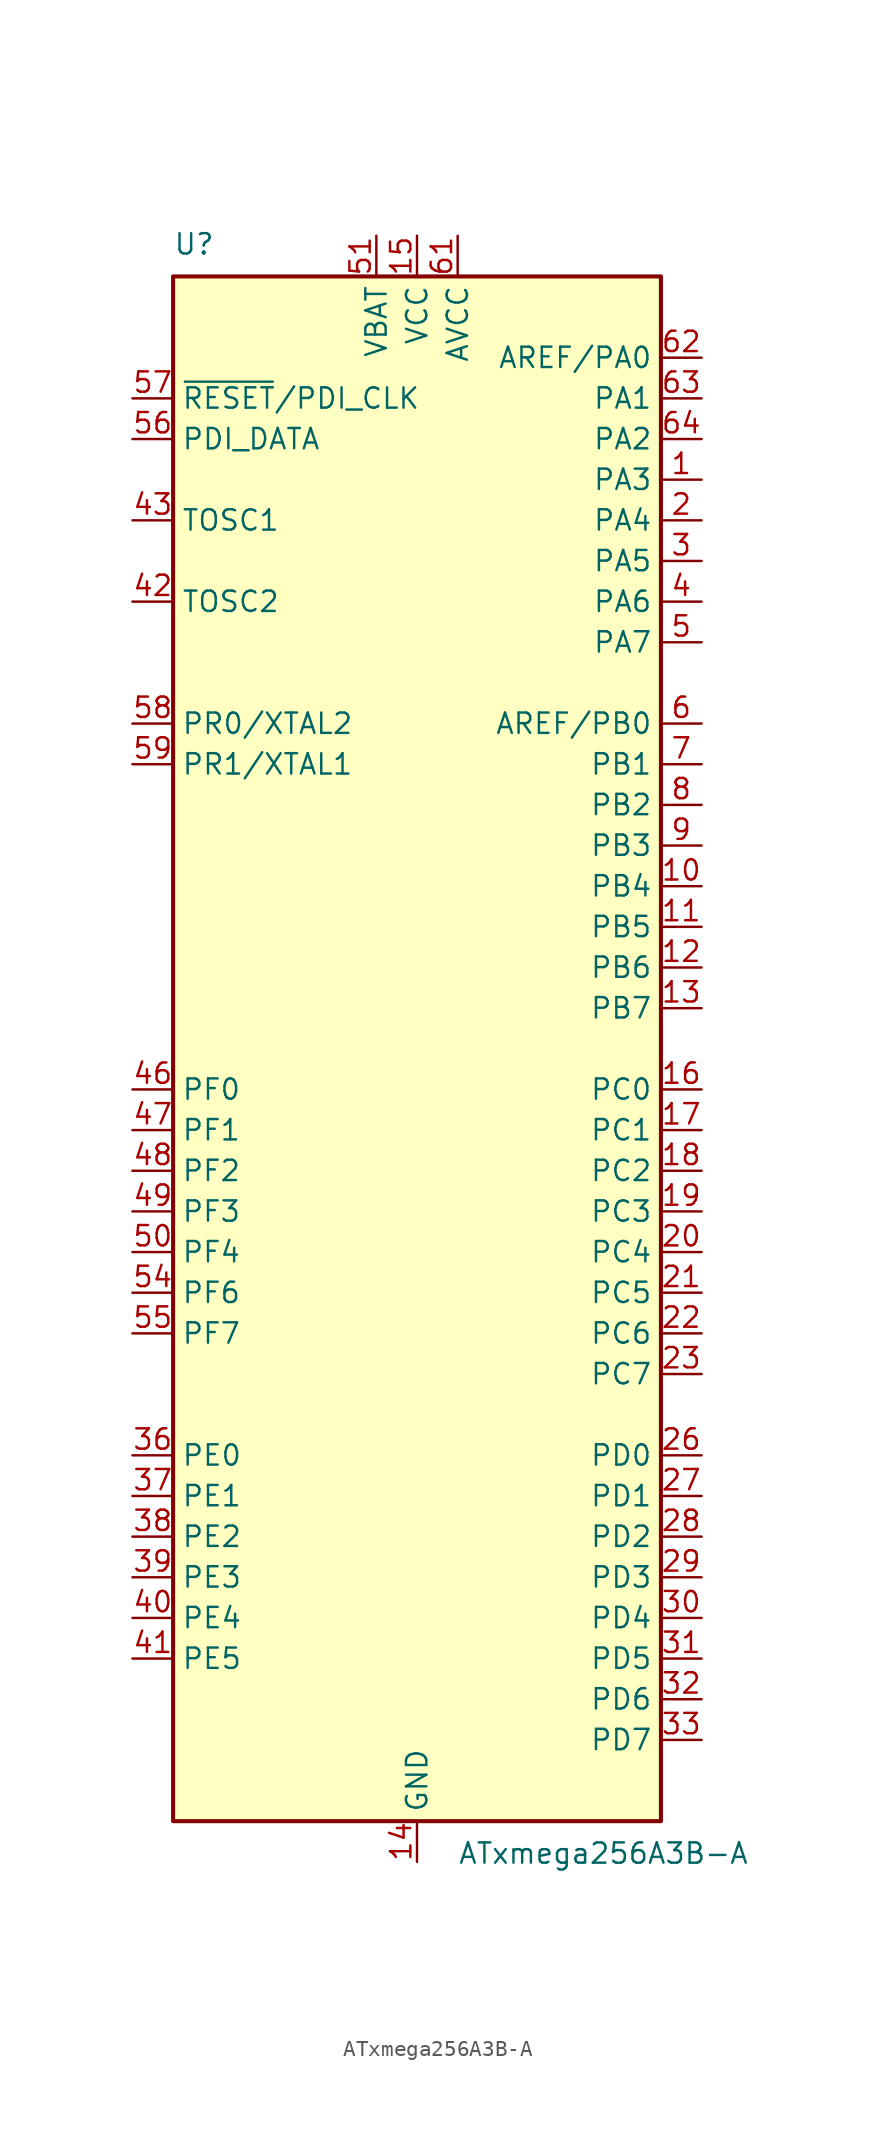
<source format=kicad_sym>
(kicad_symbol_lib
  (version 20211014)
  (generator kicad_symbol_editor)
  (symbol "ATxmega256A3B-A"
    (property "Reference" "U"
      (at -15.24 49.53 0)
      (effects (font (size 1.27 1.27)) (justify left bottom)))
    (property "Value" "ATxmega256A3B-A"
      (at 2.54 -49.53 0)
      (effects (font (size 1.27 1.27)) (justify left top)))
    (symbol "ATxmega256A3B-A_0_1"
      (rectangle (start -15.24 -48.26) (end 15.24 48.26) (stroke (width 0.254) (type default) (color 0 0 0 0)) (fill (type background))))
    (symbol "ATxmega256A3B-A_1_1"
      (pin bidirectional line (at 17.78 35.56 180) (length 2.54) (name "PA3" (effects (font (size 1.27 1.27)))) (number "1" (effects (font (size 1.27 1.27)))))
      (pin bidirectional line (at 17.78 10.16 180) (length 2.54) (name "PB4" (effects (font (size 1.27 1.27)))) (number "10" (effects (font (size 1.27 1.27)))))
      (pin bidirectional line (at 17.78 7.62 180) (length 2.54) (name "PB5" (effects (font (size 1.27 1.27)))) (number "11" (effects (font (size 1.27 1.27)))))
      (pin bidirectional line (at 17.78 5.08 180) (length 2.54) (name "PB6" (effects (font (size 1.27 1.27)))) (number "12" (effects (font (size 1.27 1.27)))))
      (pin bidirectional line (at 17.78 2.54 180) (length 2.54) (name "PB7" (effects (font (size 1.27 1.27)))) (number "13" (effects (font (size 1.27 1.27)))))
      (pin power_in line (at 0 -50.8 90) (length 2.54) (name "GND" (effects (font (size 1.27 1.27)))) (number "14" (effects (font (size 1.27 1.27)))))
      (pin power_in line (at 0 50.8 270) (length 2.54) (name "VCC" (effects (font (size 1.27 1.27)))) (number "15" (effects (font (size 1.27 1.27)))))
      (pin bidirectional line (at 17.78 -2.54 180) (length 2.54) (name "PC0" (effects (font (size 1.27 1.27)))) (number "16" (effects (font (size 1.27 1.27)))))
      (pin bidirectional line (at 17.78 -5.08 180) (length 2.54) (name "PC1" (effects (font (size 1.27 1.27)))) (number "17" (effects (font (size 1.27 1.27)))))
      (pin bidirectional line (at 17.78 -7.62 180) (length 2.54) (name "PC2" (effects (font (size 1.27 1.27)))) (number "18" (effects (font (size 1.27 1.27)))))
      (pin bidirectional line (at 17.78 -10.16 180) (length 2.54) (name "PC3" (effects (font (size 1.27 1.27)))) (number "19" (effects (font (size 1.27 1.27)))))
      (pin bidirectional line (at 17.78 33.02 180) (length 2.54) (name "PA4" (effects (font (size 1.27 1.27)))) (number "2" (effects (font (size 1.27 1.27)))))
      (pin bidirectional line (at 17.78 -12.7 180) (length 2.54) (name "PC4" (effects (font (size 1.27 1.27)))) (number "20" (effects (font (size 1.27 1.27)))))
      (pin bidirectional line (at 17.78 -15.24 180) (length 2.54) (name "PC5" (effects (font (size 1.27 1.27)))) (number "21" (effects (font (size 1.27 1.27)))))
      (pin bidirectional line (at 17.78 -17.78 180) (length 2.54) (name "PC6" (effects (font (size 1.27 1.27)))) (number "22" (effects (font (size 1.27 1.27)))))
      (pin bidirectional line (at 17.78 -20.32 180) (length 2.54) (name "PC7" (effects (font (size 1.27 1.27)))) (number "23" (effects (font (size 1.27 1.27)))))
      (pin passive line (at 0 -50.8 90) (length 2.54) hide (name "GND" (effects (font (size 1.27 1.27)))) (number "24" (effects (font (size 1.27 1.27)))))
      (pin passive line (at 0 50.8 270) (length 2.54) hide (name "VCC" (effects (font (size 1.27 1.27)))) (number "25" (effects (font (size 1.27 1.27)))))
      (pin bidirectional line (at 17.78 -25.4 180) (length 2.54) (name "PD0" (effects (font (size 1.27 1.27)))) (number "26" (effects (font (size 1.27 1.27)))))
      (pin bidirectional line (at 17.78 -27.94 180) (length 2.54) (name "PD1" (effects (font (size 1.27 1.27)))) (number "27" (effects (font (size 1.27 1.27)))))
      (pin bidirectional line (at 17.78 -30.48 180) (length 2.54) (name "PD2" (effects (font (size 1.27 1.27)))) (number "28" (effects (font (size 1.27 1.27)))))
      (pin bidirectional line (at 17.78 -33.02 180) (length 2.54) (name "PD3" (effects (font (size 1.27 1.27)))) (number "29" (effects (font (size 1.27 1.27)))))
      (pin bidirectional line (at 17.78 30.48 180) (length 2.54) (name "PA5" (effects (font (size 1.27 1.27)))) (number "3" (effects (font (size 1.27 1.27)))))
      (pin bidirectional line (at 17.78 -35.56 180) (length 2.54) (name "PD4" (effects (font (size 1.27 1.27)))) (number "30" (effects (font (size 1.27 1.27)))))
      (pin bidirectional line (at 17.78 -38.1 180) (length 2.54) (name "PD5" (effects (font (size 1.27 1.27)))) (number "31" (effects (font (size 1.27 1.27)))))
      (pin bidirectional line (at 17.78 -40.64 180) (length 2.54) (name "PD6" (effects (font (size 1.27 1.27)))) (number "32" (effects (font (size 1.27 1.27)))))
      (pin bidirectional line (at 17.78 -43.18 180) (length 2.54) (name "PD7" (effects (font (size 1.27 1.27)))) (number "33" (effects (font (size 1.27 1.27)))))
      (pin passive line (at 0 -50.8 90) (length 2.54) hide (name "GND" (effects (font (size 1.27 1.27)))) (number "34" (effects (font (size 1.27 1.27)))))
      (pin passive line (at 0 50.8 270) (length 2.54) hide (name "VCC" (effects (font (size 1.27 1.27)))) (number "35" (effects (font (size 1.27 1.27)))))
      (pin bidirectional line (at -17.78 -25.4 0) (length 2.54) (name "PE0" (effects (font (size 1.27 1.27)))) (number "36" (effects (font (size 1.27 1.27)))))
      (pin bidirectional line (at -17.78 -27.94 0) (length 2.54) (name "PE1" (effects (font (size 1.27 1.27)))) (number "37" (effects (font (size 1.27 1.27)))))
      (pin bidirectional line (at -17.78 -30.48 0) (length 2.54) (name "PE2" (effects (font (size 1.27 1.27)))) (number "38" (effects (font (size 1.27 1.27)))))
      (pin bidirectional line (at -17.78 -33.02 0) (length 2.54) (name "PE3" (effects (font (size 1.27 1.27)))) (number "39" (effects (font (size 1.27 1.27)))))
      (pin bidirectional line (at 17.78 27.94 180) (length 2.54) (name "PA6" (effects (font (size 1.27 1.27)))) (number "4" (effects (font (size 1.27 1.27)))))
      (pin bidirectional line (at -17.78 -35.56 0) (length 2.54) (name "PE4" (effects (font (size 1.27 1.27)))) (number "40" (effects (font (size 1.27 1.27)))))
      (pin bidirectional line (at -17.78 -38.1 0) (length 2.54) (name "PE5" (effects (font (size 1.27 1.27)))) (number "41" (effects (font (size 1.27 1.27)))))
      (pin passive line (at -17.78 27.94 0) (length 2.54) (name "TOSC2" (effects (font (size 1.27 1.27)))) (number "42" (effects (font (size 1.27 1.27)))))
      (pin input line (at -17.78 33.02 0) (length 2.54) (name "TOSC1" (effects (font (size 1.27 1.27)))) (number "43" (effects (font (size 1.27 1.27)))))
      (pin passive line (at 0 -50.8 90) (length 2.54) hide (name "GND" (effects (font (size 1.27 1.27)))) (number "44" (effects (font (size 1.27 1.27)))))
      (pin passive line (at 0 50.8 270) (length 2.54) hide (name "VCC" (effects (font (size 1.27 1.27)))) (number "45" (effects (font (size 1.27 1.27)))))
      (pin bidirectional line (at -17.78 -2.54 0) (length 2.54) (name "PF0" (effects (font (size 1.27 1.27)))) (number "46" (effects (font (size 1.27 1.27)))))
      (pin bidirectional line (at -17.78 -5.08 0) (length 2.54) (name "PF1" (effects (font (size 1.27 1.27)))) (number "47" (effects (font (size 1.27 1.27)))))
      (pin bidirectional line (at -17.78 -7.62 0) (length 2.54) (name "PF2" (effects (font (size 1.27 1.27)))) (number "48" (effects (font (size 1.27 1.27)))))
      (pin bidirectional line (at -17.78 -10.16 0) (length 2.54) (name "PF3" (effects (font (size 1.27 1.27)))) (number "49" (effects (font (size 1.27 1.27)))))
      (pin bidirectional line (at 17.78 25.4 180) (length 2.54) (name "PA7" (effects (font (size 1.27 1.27)))) (number "5" (effects (font (size 1.27 1.27)))))
      (pin bidirectional line (at -17.78 -12.7 0) (length 2.54) (name "PF4" (effects (font (size 1.27 1.27)))) (number "50" (effects (font (size 1.27 1.27)))))
      (pin power_in line (at -2.54 50.8 270) (length 2.54) (name "VBAT" (effects (font (size 1.27 1.27)))) (number "51" (effects (font (size 1.27 1.27)))))
      (pin passive line (at 0 -50.8 90) (length 2.54) hide (name "GND" (effects (font (size 1.27 1.27)))) (number "52" (effects (font (size 1.27 1.27)))))
      (pin passive line (at 0 50.8 270) (length 2.54) hide (name "VCC" (effects (font (size 1.27 1.27)))) (number "53" (effects (font (size 1.27 1.27)))))
      (pin bidirectional line (at -17.78 -15.24 0) (length 2.54) (name "PF6" (effects (font (size 1.27 1.27)))) (number "54" (effects (font (size 1.27 1.27)))))
      (pin bidirectional line (at -17.78 -17.78 0) (length 2.54) (name "PF7" (effects (font (size 1.27 1.27)))) (number "55" (effects (font (size 1.27 1.27)))))
      (pin bidirectional line (at -17.78 38.1 0) (length 2.54) (name "PDI_DATA" (effects (font (size 1.27 1.27)))) (number "56" (effects (font (size 1.27 1.27)))))
      (pin input line (at -17.78 40.64 0) (length 2.54) (name "~{RESET}/PDI_CLK" (effects (font (size 1.27 1.27)))) (number "57" (effects (font (size 1.27 1.27)))))
      (pin bidirectional line (at -17.78 20.32 0) (length 2.54) (name "PR0/XTAL2" (effects (font (size 1.27 1.27)))) (number "58" (effects (font (size 1.27 1.27)))))
      (pin bidirectional line (at -17.78 17.78 0) (length 2.54) (name "PR1/XTAL1" (effects (font (size 1.27 1.27)))) (number "59" (effects (font (size 1.27 1.27)))))
      (pin bidirectional line (at 17.78 20.32 180) (length 2.54) (name "AREF/PB0" (effects (font (size 1.27 1.27)))) (number "6" (effects (font (size 1.27 1.27)))))
      (pin passive line (at 0 -50.8 90) (length 2.54) hide (name "GND" (effects (font (size 1.27 1.27)))) (number "60" (effects (font (size 1.27 1.27)))))
      (pin power_in line (at 2.54 50.8 270) (length 2.54) (name "AVCC" (effects (font (size 1.27 1.27)))) (number "61" (effects (font (size 1.27 1.27)))))
      (pin bidirectional line (at 17.78 43.18 180) (length 2.54) (name "AREF/PA0" (effects (font (size 1.27 1.27)))) (number "62" (effects (font (size 1.27 1.27)))))
      (pin bidirectional line (at 17.78 40.64 180) (length 2.54) (name "PA1" (effects (font (size 1.27 1.27)))) (number "63" (effects (font (size 1.27 1.27)))))
      (pin bidirectional line (at 17.78 38.1 180) (length 2.54) (name "PA2" (effects (font (size 1.27 1.27)))) (number "64" (effects (font (size 1.27 1.27)))))
      (pin bidirectional line (at 17.78 17.78 180) (length 2.54) (name "PB1" (effects (font (size 1.27 1.27)))) (number "7" (effects (font (size 1.27 1.27)))))
      (pin bidirectional line (at 17.78 15.24 180) (length 2.54) (name "PB2" (effects (font (size 1.27 1.27)))) (number "8" (effects (font (size 1.27 1.27)))))
      (pin bidirectional line (at 17.78 12.7 180) (length 2.54) (name "PB3" (effects (font (size 1.27 1.27)))) (number "9" (effects (font (size 1.27 1.27))))))))
</source>
